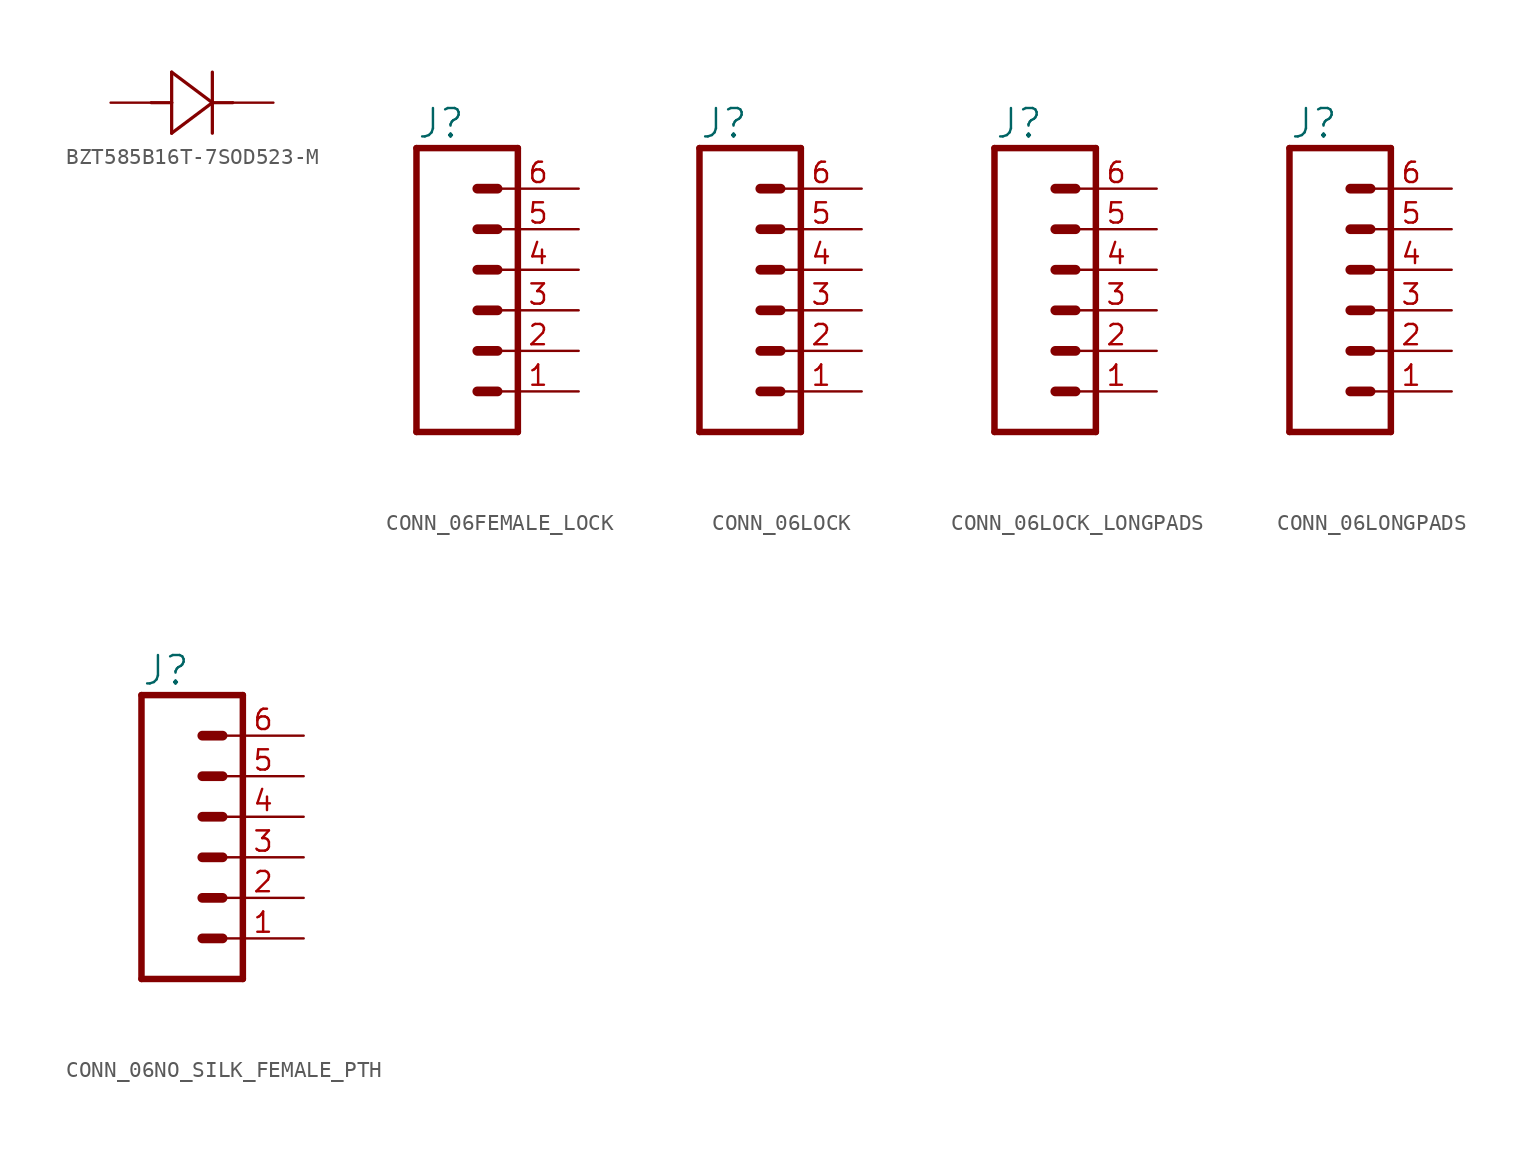
<source format=kicad_sym>
(kicad_symbol_lib
  (version 20231120)
  (generator "kicad_symbol_editor")
  (generator_version "8.0")
  (symbol "BZT585B16T-7SOD523-M"
    (property "Reference" "CR"
      (at -2.819 2.692 0)
      (effects (font (size 3.48 2.958)) (justify left bottom) (hide yes)))
    (property "ki_locked" ""
      (at 0 0 0)
      (effects (font (size 1.27 1.27))))
    (symbol "BZT585B16T-7SOD523-M_1_0"
      (polyline (pts (xy 2.54 0) (xy 3.81 0)) (stroke (width 0.203) (type solid)) (fill (type none)))
      (polyline (pts (xy 3.81 -1.905) (xy 6.35 0)) (stroke (width 0.203) (type solid)) (fill (type none)))
      (polyline (pts (xy 3.81 0) (xy 3.81 -1.905)) (stroke (width 0.203) (type solid)) (fill (type none)))
      (polyline (pts (xy 3.81 1.905) (xy 3.81 0)) (stroke (width 0.203) (type solid)) (fill (type none)))
      (polyline (pts (xy 6.35 -1.905) (xy 6.35 0)) (stroke (width 0.203) (type solid)) (fill (type none)))
      (polyline (pts (xy 6.35 0) (xy 3.81 1.905)) (stroke (width 0.203) (type solid)) (fill (type none)))
      (polyline (pts (xy 6.35 0) (xy 6.35 1.905)) (stroke (width 0.203) (type solid)) (fill (type none)))
      (polyline (pts (xy 6.35 0) (xy 7.62 0)) (stroke (width 0.203) (type solid)) (fill (type none)))
      (pin passive line (at 10.16 0 180) (length 2.54) (name "1" (effects (font (size 0 0)))) (number "1" (effects (font (size 0 0)))))
      (pin passive line (at 0 0 0) (length 2.54) (name "2" (effects (font (size 0 0)))) (number "2" (effects (font (size 0 0)))))))
  (symbol "CONN_06FEMALE_LOCK"
    (property "Reference" "J"
      (at -5.08 10.668 0)
      (effects (font (size 1.778 1.778)) (justify left bottom)))
    (property "Value" ""
      (at -5.08 -9.906 0)
      (effects (font (size 1.778 1.778)) (justify left bottom)))
    (property "ki_locked" ""
      (at 0 0 0)
      (effects (font (size 1.27 1.27))))
    (symbol "CONN_06FEMALE_LOCK_1_0"
      (polyline (pts (xy -5.08 10.16) (xy -5.08 -7.62)) (stroke (width 0.406) (type solid)) (fill (type none)))
      (polyline (pts (xy -5.08 10.16) (xy 1.27 10.16)) (stroke (width 0.406) (type solid)) (fill (type none)))
      (polyline (pts (xy -1.27 -5.08) (xy 0 -5.08)) (stroke (width 0.61) (type solid)) (fill (type none)))
      (polyline (pts (xy -1.27 -2.54) (xy 0 -2.54)) (stroke (width 0.61) (type solid)) (fill (type none)))
      (polyline (pts (xy -1.27 0) (xy 0 0)) (stroke (width 0.61) (type solid)) (fill (type none)))
      (polyline (pts (xy -1.27 2.54) (xy 0 2.54)) (stroke (width 0.61) (type solid)) (fill (type none)))
      (polyline (pts (xy -1.27 5.08) (xy 0 5.08)) (stroke (width 0.61) (type solid)) (fill (type none)))
      (polyline (pts (xy -1.27 7.62) (xy 0 7.62)) (stroke (width 0.61) (type solid)) (fill (type none)))
      (polyline (pts (xy 1.27 -7.62) (xy -5.08 -7.62)) (stroke (width 0.406) (type solid)) (fill (type none)))
      (polyline (pts (xy 1.27 -7.62) (xy 1.27 10.16)) (stroke (width 0.406) (type solid)) (fill (type none)))
      (pin passive line (at 5.08 -5.08 180) (length 5.08) (name "1" (effects (font (size 0 0)))) (number "1" (effects (font (size 1.27 1.27)))))
      (pin passive line (at 5.08 -2.54 180) (length 5.08) (name "2" (effects (font (size 0 0)))) (number "2" (effects (font (size 1.27 1.27)))))
      (pin passive line (at 5.08 0 180) (length 5.08) (name "3" (effects (font (size 0 0)))) (number "3" (effects (font (size 1.27 1.27)))))
      (pin passive line (at 5.08 2.54 180) (length 5.08) (name "4" (effects (font (size 0 0)))) (number "4" (effects (font (size 1.27 1.27)))))
      (pin passive line (at 5.08 5.08 180) (length 5.08) (name "5" (effects (font (size 0 0)))) (number "5" (effects (font (size 1.27 1.27)))))
      (pin passive line (at 5.08 7.62 180) (length 5.08) (name "6" (effects (font (size 0 0)))) (number "6" (effects (font (size 1.27 1.27)))))))
  (symbol "CONN_06LOCK"
    (property "Reference" "J"
      (at -5.08 10.668 0)
      (effects (font (size 1.778 1.778)) (justify left bottom)))
    (property "Value" ""
      (at -5.08 -9.906 0)
      (effects (font (size 1.778 1.778)) (justify left bottom)))
    (property "ki_locked" ""
      (at 0 0 0)
      (effects (font (size 1.27 1.27))))
    (symbol "CONN_06LOCK_1_0"
      (polyline (pts (xy -5.08 10.16) (xy -5.08 -7.62)) (stroke (width 0.406) (type solid)) (fill (type none)))
      (polyline (pts (xy -5.08 10.16) (xy 1.27 10.16)) (stroke (width 0.406) (type solid)) (fill (type none)))
      (polyline (pts (xy -1.27 -5.08) (xy 0 -5.08)) (stroke (width 0.61) (type solid)) (fill (type none)))
      (polyline (pts (xy -1.27 -2.54) (xy 0 -2.54)) (stroke (width 0.61) (type solid)) (fill (type none)))
      (polyline (pts (xy -1.27 0) (xy 0 0)) (stroke (width 0.61) (type solid)) (fill (type none)))
      (polyline (pts (xy -1.27 2.54) (xy 0 2.54)) (stroke (width 0.61) (type solid)) (fill (type none)))
      (polyline (pts (xy -1.27 5.08) (xy 0 5.08)) (stroke (width 0.61) (type solid)) (fill (type none)))
      (polyline (pts (xy -1.27 7.62) (xy 0 7.62)) (stroke (width 0.61) (type solid)) (fill (type none)))
      (polyline (pts (xy 1.27 -7.62) (xy -5.08 -7.62)) (stroke (width 0.406) (type solid)) (fill (type none)))
      (polyline (pts (xy 1.27 -7.62) (xy 1.27 10.16)) (stroke (width 0.406) (type solid)) (fill (type none)))
      (pin passive line (at 5.08 -5.08 180) (length 5.08) (name "1" (effects (font (size 0 0)))) (number "1" (effects (font (size 1.27 1.27)))))
      (pin passive line (at 5.08 -2.54 180) (length 5.08) (name "2" (effects (font (size 0 0)))) (number "2" (effects (font (size 1.27 1.27)))))
      (pin passive line (at 5.08 0 180) (length 5.08) (name "3" (effects (font (size 0 0)))) (number "3" (effects (font (size 1.27 1.27)))))
      (pin passive line (at 5.08 2.54 180) (length 5.08) (name "4" (effects (font (size 0 0)))) (number "4" (effects (font (size 1.27 1.27)))))
      (pin passive line (at 5.08 5.08 180) (length 5.08) (name "5" (effects (font (size 0 0)))) (number "5" (effects (font (size 1.27 1.27)))))
      (pin passive line (at 5.08 7.62 180) (length 5.08) (name "6" (effects (font (size 0 0)))) (number "6" (effects (font (size 1.27 1.27)))))))
  (symbol "CONN_06LOCK_LONGPADS"
    (property "Reference" "J"
      (at -5.08 10.668 0)
      (effects (font (size 1.778 1.778)) (justify left bottom)))
    (property "Value" ""
      (at -5.08 -9.906 0)
      (effects (font (size 1.778 1.778)) (justify left bottom)))
    (property "ki_locked" ""
      (at 0 0 0)
      (effects (font (size 1.27 1.27))))
    (symbol "CONN_06LOCK_LONGPADS_1_0"
      (polyline (pts (xy -5.08 10.16) (xy -5.08 -7.62)) (stroke (width 0.406) (type solid)) (fill (type none)))
      (polyline (pts (xy -5.08 10.16) (xy 1.27 10.16)) (stroke (width 0.406) (type solid)) (fill (type none)))
      (polyline (pts (xy -1.27 -5.08) (xy 0 -5.08)) (stroke (width 0.61) (type solid)) (fill (type none)))
      (polyline (pts (xy -1.27 -2.54) (xy 0 -2.54)) (stroke (width 0.61) (type solid)) (fill (type none)))
      (polyline (pts (xy -1.27 0) (xy 0 0)) (stroke (width 0.61) (type solid)) (fill (type none)))
      (polyline (pts (xy -1.27 2.54) (xy 0 2.54)) (stroke (width 0.61) (type solid)) (fill (type none)))
      (polyline (pts (xy -1.27 5.08) (xy 0 5.08)) (stroke (width 0.61) (type solid)) (fill (type none)))
      (polyline (pts (xy -1.27 7.62) (xy 0 7.62)) (stroke (width 0.61) (type solid)) (fill (type none)))
      (polyline (pts (xy 1.27 -7.62) (xy -5.08 -7.62)) (stroke (width 0.406) (type solid)) (fill (type none)))
      (polyline (pts (xy 1.27 -7.62) (xy 1.27 10.16)) (stroke (width 0.406) (type solid)) (fill (type none)))
      (pin passive line (at 5.08 -5.08 180) (length 5.08) (name "1" (effects (font (size 0 0)))) (number "1" (effects (font (size 1.27 1.27)))))
      (pin passive line (at 5.08 -2.54 180) (length 5.08) (name "2" (effects (font (size 0 0)))) (number "2" (effects (font (size 1.27 1.27)))))
      (pin passive line (at 5.08 0 180) (length 5.08) (name "3" (effects (font (size 0 0)))) (number "3" (effects (font (size 1.27 1.27)))))
      (pin passive line (at 5.08 2.54 180) (length 5.08) (name "4" (effects (font (size 0 0)))) (number "4" (effects (font (size 1.27 1.27)))))
      (pin passive line (at 5.08 5.08 180) (length 5.08) (name "5" (effects (font (size 0 0)))) (number "5" (effects (font (size 1.27 1.27)))))
      (pin passive line (at 5.08 7.62 180) (length 5.08) (name "6" (effects (font (size 0 0)))) (number "6" (effects (font (size 1.27 1.27)))))))
  (symbol "CONN_06LONGPADS"
    (property "Reference" "J"
      (at -5.08 10.668 0)
      (effects (font (size 1.778 1.778)) (justify left bottom)))
    (property "Value" ""
      (at -5.08 -9.906 0)
      (effects (font (size 1.778 1.778)) (justify left bottom)))
    (property "ki_locked" ""
      (at 0 0 0)
      (effects (font (size 1.27 1.27))))
    (symbol "CONN_06LONGPADS_1_0"
      (polyline (pts (xy -5.08 10.16) (xy -5.08 -7.62)) (stroke (width 0.406) (type solid)) (fill (type none)))
      (polyline (pts (xy -5.08 10.16) (xy 1.27 10.16)) (stroke (width 0.406) (type solid)) (fill (type none)))
      (polyline (pts (xy -1.27 -5.08) (xy 0 -5.08)) (stroke (width 0.61) (type solid)) (fill (type none)))
      (polyline (pts (xy -1.27 -2.54) (xy 0 -2.54)) (stroke (width 0.61) (type solid)) (fill (type none)))
      (polyline (pts (xy -1.27 0) (xy 0 0)) (stroke (width 0.61) (type solid)) (fill (type none)))
      (polyline (pts (xy -1.27 2.54) (xy 0 2.54)) (stroke (width 0.61) (type solid)) (fill (type none)))
      (polyline (pts (xy -1.27 5.08) (xy 0 5.08)) (stroke (width 0.61) (type solid)) (fill (type none)))
      (polyline (pts (xy -1.27 7.62) (xy 0 7.62)) (stroke (width 0.61) (type solid)) (fill (type none)))
      (polyline (pts (xy 1.27 -7.62) (xy -5.08 -7.62)) (stroke (width 0.406) (type solid)) (fill (type none)))
      (polyline (pts (xy 1.27 -7.62) (xy 1.27 10.16)) (stroke (width 0.406) (type solid)) (fill (type none)))
      (pin passive line (at 5.08 -5.08 180) (length 5.08) (name "1" (effects (font (size 0 0)))) (number "1" (effects (font (size 1.27 1.27)))))
      (pin passive line (at 5.08 -2.54 180) (length 5.08) (name "2" (effects (font (size 0 0)))) (number "2" (effects (font (size 1.27 1.27)))))
      (pin passive line (at 5.08 0 180) (length 5.08) (name "3" (effects (font (size 0 0)))) (number "3" (effects (font (size 1.27 1.27)))))
      (pin passive line (at 5.08 2.54 180) (length 5.08) (name "4" (effects (font (size 0 0)))) (number "4" (effects (font (size 1.27 1.27)))))
      (pin passive line (at 5.08 5.08 180) (length 5.08) (name "5" (effects (font (size 0 0)))) (number "5" (effects (font (size 1.27 1.27)))))
      (pin passive line (at 5.08 7.62 180) (length 5.08) (name "6" (effects (font (size 0 0)))) (number "6" (effects (font (size 1.27 1.27)))))))
  (symbol "CONN_06NO_SILK_FEMALE_PTH"
    (property "Reference" "J"
      (at -5.08 10.668 0)
      (effects (font (size 1.778 1.778)) (justify left bottom)))
    (property "Value" ""
      (at -5.08 -9.906 0)
      (effects (font (size 1.778 1.778)) (justify left bottom)))
    (property "ki_locked" ""
      (at 0 0 0)
      (effects (font (size 1.27 1.27))))
    (symbol "CONN_06NO_SILK_FEMALE_PTH_1_0"
      (polyline (pts (xy -5.08 10.16) (xy -5.08 -7.62)) (stroke (width 0.406) (type solid)) (fill (type none)))
      (polyline (pts (xy -5.08 10.16) (xy 1.27 10.16)) (stroke (width 0.406) (type solid)) (fill (type none)))
      (polyline (pts (xy -1.27 -5.08) (xy 0 -5.08)) (stroke (width 0.61) (type solid)) (fill (type none)))
      (polyline (pts (xy -1.27 -2.54) (xy 0 -2.54)) (stroke (width 0.61) (type solid)) (fill (type none)))
      (polyline (pts (xy -1.27 0) (xy 0 0)) (stroke (width 0.61) (type solid)) (fill (type none)))
      (polyline (pts (xy -1.27 2.54) (xy 0 2.54)) (stroke (width 0.61) (type solid)) (fill (type none)))
      (polyline (pts (xy -1.27 5.08) (xy 0 5.08)) (stroke (width 0.61) (type solid)) (fill (type none)))
      (polyline (pts (xy -1.27 7.62) (xy 0 7.62)) (stroke (width 0.61) (type solid)) (fill (type none)))
      (polyline (pts (xy 1.27 -7.62) (xy -5.08 -7.62)) (stroke (width 0.406) (type solid)) (fill (type none)))
      (polyline (pts (xy 1.27 -7.62) (xy 1.27 10.16)) (stroke (width 0.406) (type solid)) (fill (type none)))
      (pin passive line (at 5.08 -5.08 180) (length 5.08) (name "1" (effects (font (size 0 0)))) (number "1" (effects (font (size 1.27 1.27)))))
      (pin passive line (at 5.08 -2.54 180) (length 5.08) (name "2" (effects (font (size 0 0)))) (number "2" (effects (font (size 1.27 1.27)))))
      (pin passive line (at 5.08 0 180) (length 5.08) (name "3" (effects (font (size 0 0)))) (number "3" (effects (font (size 1.27 1.27)))))
      (pin passive line (at 5.08 2.54 180) (length 5.08) (name "4" (effects (font (size 0 0)))) (number "4" (effects (font (size 1.27 1.27)))))
      (pin passive line (at 5.08 5.08 180) (length 5.08) (name "5" (effects (font (size 0 0)))) (number "5" (effects (font (size 1.27 1.27)))))
      (pin passive line (at 5.08 7.62 180) (length 5.08) (name "6" (effects (font (size 0 0)))) (number "6" (effects (font (size 1.27 1.27))))))))
</source>
